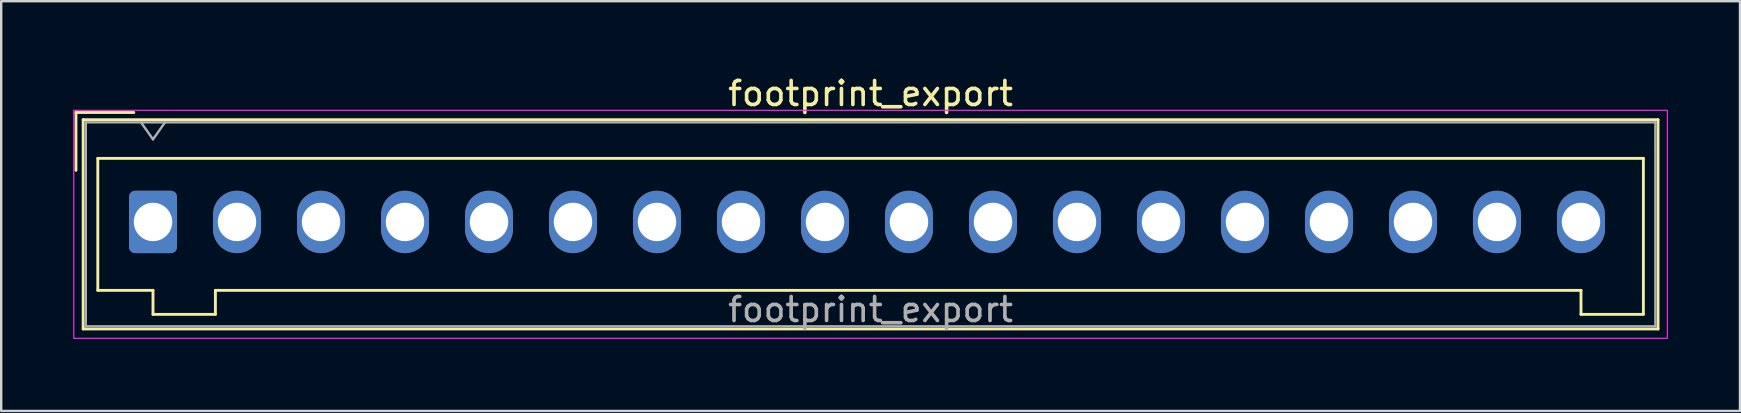
<source format=kicad_pcb>
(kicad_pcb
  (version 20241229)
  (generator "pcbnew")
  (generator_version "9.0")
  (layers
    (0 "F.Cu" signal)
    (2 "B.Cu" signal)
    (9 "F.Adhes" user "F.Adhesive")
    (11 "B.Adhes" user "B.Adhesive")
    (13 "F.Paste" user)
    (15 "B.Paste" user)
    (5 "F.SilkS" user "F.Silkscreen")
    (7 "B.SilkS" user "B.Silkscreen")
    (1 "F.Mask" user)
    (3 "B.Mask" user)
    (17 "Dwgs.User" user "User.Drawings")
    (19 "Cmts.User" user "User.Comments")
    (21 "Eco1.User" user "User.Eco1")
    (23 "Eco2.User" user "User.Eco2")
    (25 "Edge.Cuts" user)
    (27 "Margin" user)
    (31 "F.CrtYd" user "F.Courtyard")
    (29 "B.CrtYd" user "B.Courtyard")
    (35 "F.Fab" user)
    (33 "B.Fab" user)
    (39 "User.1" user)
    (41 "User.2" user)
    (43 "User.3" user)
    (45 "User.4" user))
  (footprint "footprint_export"
    (layer "F.Cu")
    (at 3.325 6.198)
    (property "Reference" "footprint_export" (at 29.9 -5.35 0) (layer "F.SilkS") (effects (font (size 1 1) (thickness 0.15))))
    (attr through_hole)
    (fp_line (start -3.21 -4.56) (end -0.8 -4.56) (stroke (width 0.12) (type solid)) (layer "F.SilkS"))
    (fp_line (start -3.21 -2.15) (end -3.21 -4.56) (stroke (width 0.12) (type solid)) (layer "F.SilkS"))
    (fp_line (start -2.91 -4.26) (end -2.91 4.46) (stroke (width 0.12) (type solid)) (layer "F.SilkS"))
    (fp_line (start -2.91 4.46) (end 62.71 4.46) (stroke (width 0.12) (type solid)) (layer "F.SilkS"))
    (fp_line (start -2.3 -2.65) (end -2.3 2.85) (stroke (width 0.12) (type solid)) (layer "F.SilkS"))
    (fp_line (start -2.3 2.85) (end 0 2.85) (stroke (width 0.12) (type solid)) (layer "F.SilkS"))
    (fp_line (start 0 2.85) (end 0 3.85) (stroke (width 0.12) (type solid)) (layer "F.SilkS"))
    (fp_line (start 0 3.85) (end 2.6 3.85) (stroke (width 0.12) (type solid)) (layer "F.SilkS"))
    (fp_line (start 2.6 2.85) (end 59.5 2.85) (stroke (width 0.12) (type solid)) (layer "F.SilkS"))
    (fp_line (start 2.6 3.85) (end 2.6 2.85) (stroke (width 0.12) (type solid)) (layer "F.SilkS"))
    (fp_line (start 59.5 2.85) (end 59.5 3.85) (stroke (width 0.12) (type solid)) (layer "F.SilkS"))
    (fp_line (start 59.5 3.85) (end 62.1 3.85) (stroke (width 0.12) (type solid)) (layer "F.SilkS"))
    (fp_line (start 62.1 -2.65) (end -2.3 -2.65) (stroke (width 0.12) (type solid)) (layer "F.SilkS"))
    (fp_line (start 62.1 3.85) (end 62.1 -2.65) (stroke (width 0.12) (type solid)) (layer "F.SilkS"))
    (fp_line (start 62.71 -4.26) (end -2.91 -4.26) (stroke (width 0.12) (type solid)) (layer "F.SilkS"))
    (fp_line (start 62.71 4.46) (end 62.71 -4.26) (stroke (width 0.12) (type solid)) (layer "F.SilkS"))
    (fp_line (start -3.3 -4.65) (end -3.3 4.85) (stroke (width 0.05) (type solid)) (layer "F.CrtYd"))
    (fp_line (start -3.3 4.85) (end 63.1 4.85) (stroke (width 0.05) (type solid)) (layer "F.CrtYd"))
    (fp_line (start 63.1 -4.65) (end -3.3 -4.65) (stroke (width 0.05) (type solid)) (layer "F.CrtYd"))
    (fp_line (start 63.1 4.85) (end 63.1 -4.65) (stroke (width 0.05) (type solid)) (layer "F.CrtYd"))
    (fp_line (start -2.8 -4.15) (end -2.8 4.35) (stroke (width 0.1) (type solid)) (layer "F.Fab"))
    (fp_line (start -2.8 4.35) (end 62.6 4.35) (stroke (width 0.1) (type solid)) (layer "F.Fab"))
    (fp_line (start -0.5 -4.15) (end 0 -3.443) (stroke (width 0.1) (type solid)) (layer "F.Fab"))
    (fp_line (start 0 -3.443) (end 0.5 -4.15) (stroke (width 0.1) (type solid)) (layer "F.Fab"))
    (fp_line (start 62.6 -4.15) (end -2.8 -4.15) (stroke (width 0.1) (type solid)) (layer "F.Fab"))
    (fp_line (start 62.6 4.35) (end 62.6 -4.15) (stroke (width 0.1) (type solid)) (layer "F.Fab"))
    (fp_text user "${REFERENCE}" (at 29.9 3.65 0) (layer "F.Fab") (effects (font (size 1 1) (thickness 0.15))))
    (pad "1" thru_hole roundrect (at 0 0) (size 2 2.6) (drill 1.6) (layers "*.Cu" "*.Mask") (roundrect_rratio 0.125))
    (pad "2" thru_hole oval (at 3.5 0) (size 2 2.6) (drill 1.6) (layers "*.Cu" "*.Mask"))
    (pad "3" thru_hole oval (at 7 0) (size 2 2.6) (drill 1.6) (layers "*.Cu" "*.Mask"))
    (pad "4" thru_hole oval (at 10.5 0) (size 2 2.6) (drill 1.6) (layers "*.Cu" "*.Mask"))
    (pad "5" thru_hole oval (at 14 0) (size 2 2.6) (drill 1.6) (layers "*.Cu" "*.Mask"))
    (pad "6" thru_hole oval (at 17.5 0) (size 2 2.6) (drill 1.6) (layers "*.Cu" "*.Mask"))
    (pad "7" thru_hole oval (at 21 0) (size 2 2.6) (drill 1.6) (layers "*.Cu" "*.Mask"))
    (pad "8" thru_hole oval (at 24.5 0) (size 2 2.6) (drill 1.6) (layers "*.Cu" "*.Mask"))
    (pad "9" thru_hole oval (at 28 0) (size 2 2.6) (drill 1.6) (layers "*.Cu" "*.Mask"))
    (pad "10" thru_hole oval (at 31.5 0) (size 2 2.6) (drill 1.6) (layers "*.Cu" "*.Mask"))
    (pad "11" thru_hole oval (at 35 0) (size 2 2.6) (drill 1.6) (layers "*.Cu" "*.Mask"))
    (pad "12" thru_hole oval (at 38.5 0) (size 2 2.6) (drill 1.6) (layers "*.Cu" "*.Mask"))
    (pad "13" thru_hole oval (at 42 0) (size 2 2.6) (drill 1.6) (layers "*.Cu" "*.Mask"))
    (pad "14" thru_hole oval (at 45.5 0) (size 2 2.6) (drill 1.6) (layers "*.Cu" "*.Mask"))
    (pad "15" thru_hole oval (at 49 0) (size 2 2.6) (drill 1.6) (layers "*.Cu" "*.Mask"))
    (pad "16" thru_hole oval (at 52.5 0) (size 2 2.6) (drill 1.6) (layers "*.Cu" "*.Mask"))
    (pad "17" thru_hole oval (at 56 0) (size 2 2.6) (drill 1.6) (layers "*.Cu" "*.Mask"))
    (pad "18" thru_hole oval (at 59.5 0) (size 2 2.6) (drill 1.6) (layers "*.Cu" "*.Mask")))
  (gr_rect
    (start -3 -3)
    (end 69.45 14.073)
    (stroke (width 0.1) (type default))
    (fill no)
    (layer "Edge.Cuts")))
</source>
